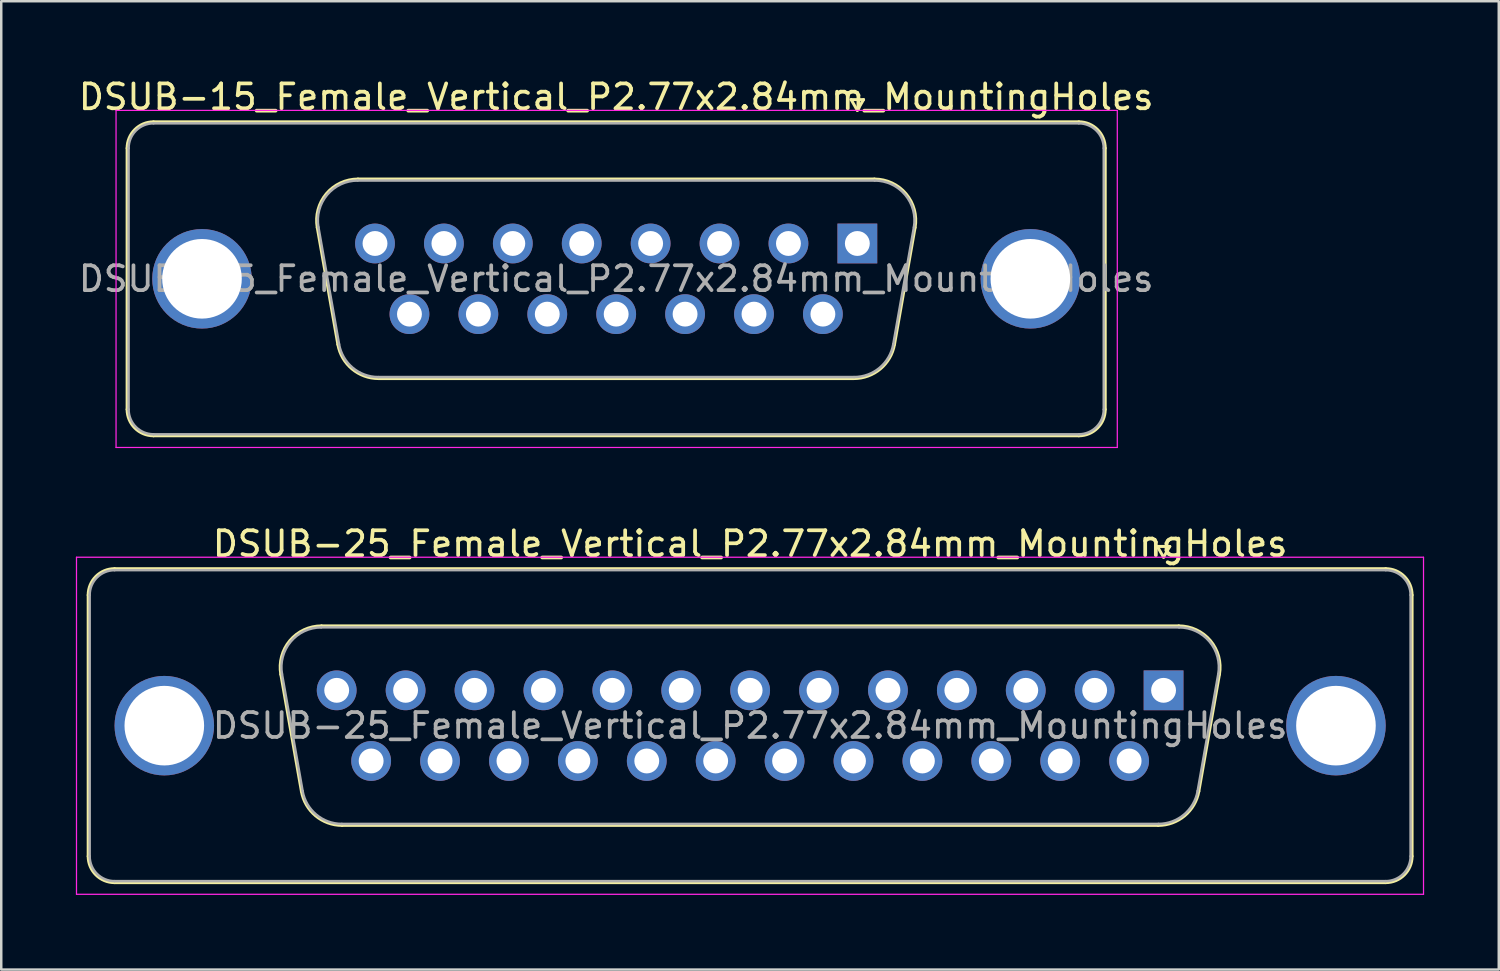
<source format=kicad_pcb>
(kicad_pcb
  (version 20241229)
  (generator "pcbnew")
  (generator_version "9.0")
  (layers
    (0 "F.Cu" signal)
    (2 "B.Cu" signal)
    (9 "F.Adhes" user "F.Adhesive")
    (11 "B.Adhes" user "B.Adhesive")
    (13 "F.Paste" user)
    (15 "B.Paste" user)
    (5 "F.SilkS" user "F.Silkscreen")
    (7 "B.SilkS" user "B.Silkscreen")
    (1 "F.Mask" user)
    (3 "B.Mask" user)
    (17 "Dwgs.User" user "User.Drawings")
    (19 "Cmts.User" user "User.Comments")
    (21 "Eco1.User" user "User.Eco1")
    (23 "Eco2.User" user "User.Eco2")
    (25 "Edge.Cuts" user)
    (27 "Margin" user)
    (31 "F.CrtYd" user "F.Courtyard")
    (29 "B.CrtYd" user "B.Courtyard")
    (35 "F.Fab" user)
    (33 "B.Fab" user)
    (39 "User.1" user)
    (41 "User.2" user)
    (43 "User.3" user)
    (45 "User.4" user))
  (footprint "DSUB-25_Female_Vertical_P2.77x2.84mm_MountingHoles"
    (layer "F.Cu")
    (at 43.725 24.701)
    (property "Reference" "DSUB-25_Female_Vertical_P2.77x2.84mm_MountingHoles" (at -16.62 -5.89 0) (layer "F.SilkS") (effects (font (size 1 1) (thickness 0.15))))
    (attr through_hole)
    (fp_line (start -43.23 6.67) (end -43.23 -3.83) (stroke (width 0.12) (type solid)) (layer "F.SilkS"))
    (fp_line (start -42.17 -4.89) (end 8.93 -4.89) (stroke (width 0.12) (type solid)) (layer "F.SilkS"))
    (fp_line (start -35.486 -0.642) (end -34.658 4.058) (stroke (width 0.12) (type solid)) (layer "F.SilkS"))
    (fp_line (start -33.852 -2.59) (end 0.612 -2.59) (stroke (width 0.12) (type solid)) (layer "F.SilkS"))
    (fp_line (start -33.023 5.43) (end -0.217 5.43) (stroke (width 0.12) (type solid)) (layer "F.SilkS"))
    (fp_line (start -0.25 -5.784) (end 0.25 -5.784) (stroke (width 0.12) (type solid)) (layer "F.SilkS"))
    (fp_line (start 0 -5.351) (end -0.25 -5.784) (stroke (width 0.12) (type solid)) (layer "F.SilkS"))
    (fp_line (start 0.25 -5.784) (end 0 -5.351) (stroke (width 0.12) (type solid)) (layer "F.SilkS"))
    (fp_line (start 2.246 -0.642) (end 1.418 4.058) (stroke (width 0.12) (type solid)) (layer "F.SilkS"))
    (fp_line (start 8.93 7.73) (end -42.17 7.73) (stroke (width 0.12) (type solid)) (layer "F.SilkS"))
    (fp_line (start 9.99 -3.83) (end 9.99 6.67) (stroke (width 0.12) (type solid)) (layer "F.SilkS"))
    (fp_arc (start -43.23 -3.83) (mid -42.919533 -4.579533) (end -42.17 -4.89) (stroke (width 0.12) (type solid)) (layer "F.SilkS"))
    (fp_arc (start -42.17 7.73) (mid -42.919533 7.419533) (end -43.23 6.67) (stroke (width 0.12) (type solid)) (layer "F.SilkS"))
    (fp_arc (start -35.48647 -0.641744) (mid -35.123323 -1.997028) (end -33.851689 -2.59) (stroke (width 0.12) (type solid)) (layer "F.SilkS"))
    (fp_arc (start -33.022952 5.43) (mid -34.089979 5.041634) (end -34.657733 4.058256) (stroke (width 0.12) (type solid)) (layer "F.SilkS"))
    (fp_arc (start 0.611689 -2.59) (mid 1.883323 -1.997027) (end 2.24647 -0.641744) (stroke (width 0.12) (type solid)) (layer "F.SilkS"))
    (fp_arc (start 1.417733 4.058256) (mid 0.84998 5.041634) (end -0.217048 5.43) (stroke (width 0.12) (type solid)) (layer "F.SilkS"))
    (fp_arc (start 8.93 -4.89) (mid 9.679533 -4.579533) (end 9.99 -3.83) (stroke (width 0.12) (type solid)) (layer "F.SilkS"))
    (fp_arc (start 9.99 6.67) (mid 9.679533 7.419533) (end 8.93 7.73) (stroke (width 0.12) (type solid)) (layer "F.SilkS"))
    (fp_line (start -43.7 -5.35) (end -43.7 8.2) (stroke (width 0.05) (type solid)) (layer "F.CrtYd"))
    (fp_line (start -43.7 8.2) (end 10.45 8.2) (stroke (width 0.05) (type solid)) (layer "F.CrtYd"))
    (fp_line (start 10.45 -5.35) (end -43.7 -5.35) (stroke (width 0.05) (type solid)) (layer "F.CrtYd"))
    (fp_line (start 10.45 8.2) (end 10.45 -5.35) (stroke (width 0.05) (type solid)) (layer "F.CrtYd"))
    (fp_line (start -43.17 6.67) (end -43.17 -3.83) (stroke (width 0.1) (type solid)) (layer "F.Fab"))
    (fp_line (start -42.17 -4.83) (end 8.93 -4.83) (stroke (width 0.1) (type solid)) (layer "F.Fab"))
    (fp_line (start -35.439 -0.652) (end -34.61 4.048) (stroke (width 0.1) (type solid)) (layer "F.Fab"))
    (fp_line (start -33.863 -2.53) (end 0.623 -2.53) (stroke (width 0.1) (type solid)) (layer "F.Fab"))
    (fp_line (start -33.034 5.37) (end -0.206 5.37) (stroke (width 0.1) (type solid)) (layer "F.Fab"))
    (fp_line (start 2.199 -0.652) (end 1.37 4.048) (stroke (width 0.1) (type solid)) (layer "F.Fab"))
    (fp_line (start 8.93 7.67) (end -42.17 7.67) (stroke (width 0.1) (type solid)) (layer "F.Fab"))
    (fp_line (start 9.93 -3.83) (end 9.93 6.67) (stroke (width 0.1) (type solid)) (layer "F.Fab"))
    (fp_arc (start -43.17 -3.83) (mid -42.877107 -4.537107) (end -42.17 -4.83) (stroke (width 0.1) (type solid)) (layer "F.Fab"))
    (fp_arc (start -42.17 7.67) (mid -42.877107 7.377107) (end -43.17 6.67) (stroke (width 0.1) (type solid)) (layer "F.Fab"))
    (fp_arc (start -35.438886 -0.652163) (mid -35.088865 -1.95846) (end -33.863194 -2.53) (stroke (width 0.1) (type solid)) (layer "F.Fab"))
    (fp_arc (start -33.034457 5.37) (mid -34.062917 4.995671) (end -34.610149 4.047837) (stroke (width 0.1) (type solid)) (layer "F.Fab"))
    (fp_arc (start 0.623194 -2.53) (mid 1.848865 -1.95846) (end 2.198886 -0.652163) (stroke (width 0.1) (type solid)) (layer "F.Fab"))
    (fp_arc (start 1.370149 4.047837) (mid 0.822917 4.995671) (end -0.205543 5.37) (stroke (width 0.1) (type solid)) (layer "F.Fab"))
    (fp_arc (start 8.93 -4.83) (mid 9.637107 -4.537107) (end 9.93 -3.83) (stroke (width 0.1) (type solid)) (layer "F.Fab"))
    (fp_arc (start 9.93 6.67) (mid 9.637107 7.377107) (end 8.93 7.67) (stroke (width 0.1) (type solid)) (layer "F.Fab"))
    (fp_text user "${REFERENCE}" (at -16.62 1.42 0) (layer "F.Fab") (effects (font (size 1 1) (thickness 0.15))))
    (pad "0" thru_hole circle (at -40.17 1.42) (size 4 4) (drill 3.2) (layers "*.Cu" "*.Mask"))
    (pad "0" thru_hole circle (at 6.93 1.42) (size 4 4) (drill 3.2) (layers "*.Cu" "*.Mask"))
    (pad "1" thru_hole rect (at 0 0) (size 1.6 1.6) (drill 1) (layers "*.Cu" "*.Mask"))
    (pad "2" thru_hole circle (at -2.77 0) (size 1.6 1.6) (drill 1) (layers "*.Cu" "*.Mask"))
    (pad "3" thru_hole circle (at -5.54 0) (size 1.6 1.6) (drill 1) (layers "*.Cu" "*.Mask"))
    (pad "4" thru_hole circle (at -8.31 0) (size 1.6 1.6) (drill 1) (layers "*.Cu" "*.Mask"))
    (pad "5" thru_hole circle (at -11.08 0) (size 1.6 1.6) (drill 1) (layers "*.Cu" "*.Mask"))
    (pad "6" thru_hole circle (at -13.85 0) (size 1.6 1.6) (drill 1) (layers "*.Cu" "*.Mask"))
    (pad "7" thru_hole circle (at -16.62 0) (size 1.6 1.6) (drill 1) (layers "*.Cu" "*.Mask"))
    (pad "8" thru_hole circle (at -19.39 0) (size 1.6 1.6) (drill 1) (layers "*.Cu" "*.Mask"))
    (pad "9" thru_hole circle (at -22.16 0) (size 1.6 1.6) (drill 1) (layers "*.Cu" "*.Mask"))
    (pad "10" thru_hole circle (at -24.93 0) (size 1.6 1.6) (drill 1) (layers "*.Cu" "*.Mask"))
    (pad "11" thru_hole circle (at -27.7 0) (size 1.6 1.6) (drill 1) (layers "*.Cu" "*.Mask"))
    (pad "12" thru_hole circle (at -30.47 0) (size 1.6 1.6) (drill 1) (layers "*.Cu" "*.Mask"))
    (pad "13" thru_hole circle (at -33.24 0) (size 1.6 1.6) (drill 1) (layers "*.Cu" "*.Mask"))
    (pad "14" thru_hole circle (at -1.385 2.84) (size 1.6 1.6) (drill 1) (layers "*.Cu" "*.Mask"))
    (pad "15" thru_hole circle (at -4.155 2.84) (size 1.6 1.6) (drill 1) (layers "*.Cu" "*.Mask"))
    (pad "16" thru_hole circle (at -6.925 2.84) (size 1.6 1.6) (drill 1) (layers "*.Cu" "*.Mask"))
    (pad "17" thru_hole circle (at -9.695 2.84) (size 1.6 1.6) (drill 1) (layers "*.Cu" "*.Mask"))
    (pad "18" thru_hole circle (at -12.465 2.84) (size 1.6 1.6) (drill 1) (layers "*.Cu" "*.Mask"))
    (pad "19" thru_hole circle (at -15.235 2.84) (size 1.6 1.6) (drill 1) (layers "*.Cu" "*.Mask"))
    (pad "20" thru_hole circle (at -18.005 2.84) (size 1.6 1.6) (drill 1) (layers "*.Cu" "*.Mask"))
    (pad "21" thru_hole circle (at -20.775 2.84) (size 1.6 1.6) (drill 1) (layers "*.Cu" "*.Mask"))
    (pad "22" thru_hole circle (at -23.545 2.84) (size 1.6 1.6) (drill 1) (layers "*.Cu" "*.Mask"))
    (pad "23" thru_hole circle (at -26.315 2.84) (size 1.6 1.6) (drill 1) (layers "*.Cu" "*.Mask"))
    (pad "24" thru_hole circle (at -29.085 2.84) (size 1.6 1.6) (drill 1) (layers "*.Cu" "*.Mask"))
    (pad "25" thru_hole circle (at -31.855 2.84) (size 1.6 1.6) (drill 1) (layers "*.Cu" "*.Mask")))
  (footprint "DSUB-15_Female_Vertical_P2.77x2.84mm_MountingHoles"
    (layer "F.Cu")
    (at 31.415 6.738)
    (property "Reference" "DSUB-15_Female_Vertical_P2.77x2.84mm_MountingHoles" (at -9.695 -5.89 0) (layer "F.SilkS") (effects (font (size 1 1) (thickness 0.15))))
    (attr through_hole)
    (fp_line (start -29.355 6.67) (end -29.355 -3.83) (stroke (width 0.12) (type solid)) (layer "F.SilkS"))
    (fp_line (start -28.295 -4.89) (end 8.905 -4.89) (stroke (width 0.12) (type solid)) (layer "F.SilkS"))
    (fp_line (start -21.711 -0.642) (end -20.883 4.058) (stroke (width 0.12) (type solid)) (layer "F.SilkS"))
    (fp_line (start -20.077 -2.59) (end 0.687 -2.59) (stroke (width 0.12) (type solid)) (layer "F.SilkS"))
    (fp_line (start -19.248 5.43) (end -0.142 5.43) (stroke (width 0.12) (type solid)) (layer "F.SilkS"))
    (fp_line (start -0.25 -5.784) (end 0.25 -5.784) (stroke (width 0.12) (type solid)) (layer "F.SilkS"))
    (fp_line (start 0 -5.351) (end -0.25 -5.784) (stroke (width 0.12) (type solid)) (layer "F.SilkS"))
    (fp_line (start 0.25 -5.784) (end 0 -5.351) (stroke (width 0.12) (type solid)) (layer "F.SilkS"))
    (fp_line (start 2.321 -0.642) (end 1.493 4.058) (stroke (width 0.12) (type solid)) (layer "F.SilkS"))
    (fp_line (start 8.905 7.73) (end -28.295 7.73) (stroke (width 0.12) (type solid)) (layer "F.SilkS"))
    (fp_line (start 9.965 -3.83) (end 9.965 6.67) (stroke (width 0.12) (type solid)) (layer "F.SilkS"))
    (fp_arc (start -29.355 -3.83) (mid -29.044533 -4.579533) (end -28.295 -4.89) (stroke (width 0.12) (type solid)) (layer "F.SilkS"))
    (fp_arc (start -28.295 7.73) (mid -29.044533 7.419533) (end -29.355 6.67) (stroke (width 0.12) (type solid)) (layer "F.SilkS"))
    (fp_arc (start -21.71147 -0.641744) (mid -21.348323 -1.997028) (end -20.076689 -2.59) (stroke (width 0.12) (type solid)) (layer "F.SilkS"))
    (fp_arc (start -19.247952 5.43) (mid -20.314979 5.041634) (end -20.882733 4.058256) (stroke (width 0.12) (type solid)) (layer "F.SilkS"))
    (fp_arc (start 0.686689 -2.59) (mid 1.958323 -1.997027) (end 2.32147 -0.641744) (stroke (width 0.12) (type solid)) (layer "F.SilkS"))
    (fp_arc (start 1.492733 4.058256) (mid 0.92498 5.041634) (end -0.142048 5.43) (stroke (width 0.12) (type solid)) (layer "F.SilkS"))
    (fp_arc (start 8.905 -4.89) (mid 9.654533 -4.579533) (end 9.965 -3.83) (stroke (width 0.12) (type solid)) (layer "F.SilkS"))
    (fp_arc (start 9.965 6.67) (mid 9.654533 7.419533) (end 8.905 7.73) (stroke (width 0.12) (type solid)) (layer "F.SilkS"))
    (fp_line (start -29.8 -5.35) (end -29.8 8.2) (stroke (width 0.05) (type solid)) (layer "F.CrtYd"))
    (fp_line (start -29.8 8.2) (end 10.45 8.2) (stroke (width 0.05) (type solid)) (layer "F.CrtYd"))
    (fp_line (start 10.45 -5.35) (end -29.8 -5.35) (stroke (width 0.05) (type solid)) (layer "F.CrtYd"))
    (fp_line (start 10.45 8.2) (end 10.45 -5.35) (stroke (width 0.05) (type solid)) (layer "F.CrtYd"))
    (fp_line (start -29.295 6.67) (end -29.295 -3.83) (stroke (width 0.1) (type solid)) (layer "F.Fab"))
    (fp_line (start -28.295 -4.83) (end 8.905 -4.83) (stroke (width 0.1) (type solid)) (layer "F.Fab"))
    (fp_line (start -21.664 -0.652) (end -20.835 4.048) (stroke (width 0.1) (type solid)) (layer "F.Fab"))
    (fp_line (start -20.088 -2.53) (end 0.698 -2.53) (stroke (width 0.1) (type solid)) (layer "F.Fab"))
    (fp_line (start -19.259 5.37) (end -0.131 5.37) (stroke (width 0.1) (type solid)) (layer "F.Fab"))
    (fp_line (start 2.274 -0.652) (end 1.445 4.048) (stroke (width 0.1) (type solid)) (layer "F.Fab"))
    (fp_line (start 8.905 7.67) (end -28.295 7.67) (stroke (width 0.1) (type solid)) (layer "F.Fab"))
    (fp_line (start 9.905 -3.83) (end 9.905 6.67) (stroke (width 0.1) (type solid)) (layer "F.Fab"))
    (fp_arc (start -29.295 -3.83) (mid -29.002107 -4.537107) (end -28.295 -4.83) (stroke (width 0.1) (type solid)) (layer "F.Fab"))
    (fp_arc (start -28.295 7.67) (mid -29.002107 7.377107) (end -29.295 6.67) (stroke (width 0.1) (type solid)) (layer "F.Fab"))
    (fp_arc (start -21.663886 -0.652163) (mid -21.313865 -1.95846) (end -20.088194 -2.53) (stroke (width 0.1) (type solid)) (layer "F.Fab"))
    (fp_arc (start -19.259457 5.37) (mid -20.287917 4.995671) (end -20.835149 4.047837) (stroke (width 0.1) (type solid)) (layer "F.Fab"))
    (fp_arc (start 0.698194 -2.53) (mid 1.923865 -1.95846) (end 2.273886 -0.652163) (stroke (width 0.1) (type solid)) (layer "F.Fab"))
    (fp_arc (start 1.445149 4.047837) (mid 0.897917 4.995671) (end -0.130543 5.37) (stroke (width 0.1) (type solid)) (layer "F.Fab"))
    (fp_arc (start 8.905 -4.83) (mid 9.612107 -4.537107) (end 9.905 -3.83) (stroke (width 0.1) (type solid)) (layer "F.Fab"))
    (fp_arc (start 9.905 6.67) (mid 9.612107 7.377107) (end 8.905 7.67) (stroke (width 0.1) (type solid)) (layer "F.Fab"))
    (fp_text user "${REFERENCE}" (at -9.695 1.42 0) (layer "F.Fab") (effects (font (size 1 1) (thickness 0.15))))
    (pad "0" thru_hole circle (at -26.345 1.42) (size 4 4) (drill 3.2) (layers "*.Cu" "*.Mask"))
    (pad "0" thru_hole circle (at 6.955 1.42) (size 4 4) (drill 3.2) (layers "*.Cu" "*.Mask"))
    (pad "1" thru_hole rect (at 0 0) (size 1.6 1.6) (drill 1) (layers "*.Cu" "*.Mask"))
    (pad "2" thru_hole circle (at -2.77 0) (size 1.6 1.6) (drill 1) (layers "*.Cu" "*.Mask"))
    (pad "3" thru_hole circle (at -5.54 0) (size 1.6 1.6) (drill 1) (layers "*.Cu" "*.Mask"))
    (pad "4" thru_hole circle (at -8.31 0) (size 1.6 1.6) (drill 1) (layers "*.Cu" "*.Mask"))
    (pad "5" thru_hole circle (at -11.08 0) (size 1.6 1.6) (drill 1) (layers "*.Cu" "*.Mask"))
    (pad "6" thru_hole circle (at -13.85 0) (size 1.6 1.6) (drill 1) (layers "*.Cu" "*.Mask"))
    (pad "7" thru_hole circle (at -16.62 0) (size 1.6 1.6) (drill 1) (layers "*.Cu" "*.Mask"))
    (pad "8" thru_hole circle (at -19.39 0) (size 1.6 1.6) (drill 1) (layers "*.Cu" "*.Mask"))
    (pad "9" thru_hole circle (at -1.385 2.84) (size 1.6 1.6) (drill 1) (layers "*.Cu" "*.Mask"))
    (pad "10" thru_hole circle (at -4.155 2.84) (size 1.6 1.6) (drill 1) (layers "*.Cu" "*.Mask"))
    (pad "11" thru_hole circle (at -6.925 2.84) (size 1.6 1.6) (drill 1) (layers "*.Cu" "*.Mask"))
    (pad "12" thru_hole circle (at -9.695 2.84) (size 1.6 1.6) (drill 1) (layers "*.Cu" "*.Mask"))
    (pad "13" thru_hole circle (at -12.465 2.84) (size 1.6 1.6) (drill 1) (layers "*.Cu" "*.Mask"))
    (pad "14" thru_hole circle (at -15.235 2.84) (size 1.6 1.6) (drill 1) (layers "*.Cu" "*.Mask"))
    (pad "15" thru_hole circle (at -18.005 2.84) (size 1.6 1.6) (drill 1) (layers "*.Cu" "*.Mask")))
  (gr_rect
    (start -3 -3)
    (end 57.2 35.926)
    (stroke (width 0.1) (type default))
    (fill no)
    (layer "Edge.Cuts")))
</source>
